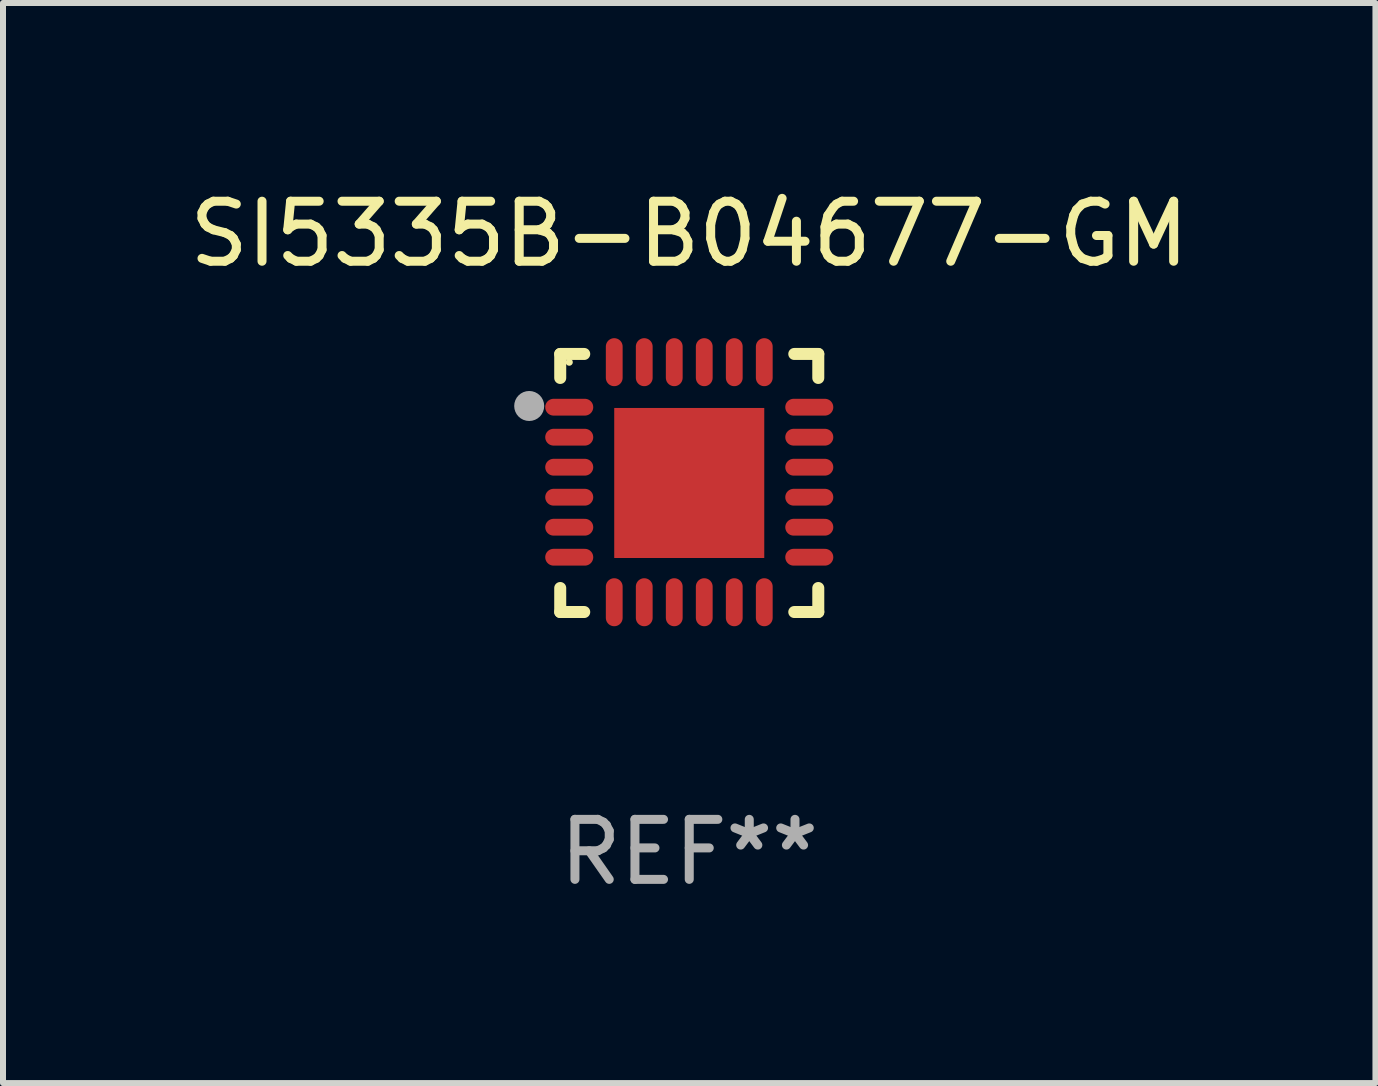
<source format=kicad_pcb>
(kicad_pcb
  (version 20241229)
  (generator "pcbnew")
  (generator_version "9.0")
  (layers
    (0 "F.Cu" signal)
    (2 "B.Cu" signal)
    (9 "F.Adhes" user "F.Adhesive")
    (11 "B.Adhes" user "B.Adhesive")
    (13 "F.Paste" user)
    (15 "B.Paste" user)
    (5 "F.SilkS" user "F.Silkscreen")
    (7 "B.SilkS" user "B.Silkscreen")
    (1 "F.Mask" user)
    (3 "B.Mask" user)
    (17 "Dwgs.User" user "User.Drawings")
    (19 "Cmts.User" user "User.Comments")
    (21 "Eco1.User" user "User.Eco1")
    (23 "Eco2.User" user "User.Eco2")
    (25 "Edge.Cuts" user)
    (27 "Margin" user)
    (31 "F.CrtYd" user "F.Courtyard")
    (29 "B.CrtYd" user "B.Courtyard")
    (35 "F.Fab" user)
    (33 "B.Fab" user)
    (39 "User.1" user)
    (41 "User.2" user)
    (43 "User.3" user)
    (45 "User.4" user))
  (footprint "SI5335B-B04677-GM"
    (layer "F.Cu")
    (at 8.435 4.998)
    (property "Reference" "SI5335B-B04677-GM" (at 0 -4.15 0) (layer "F.SilkS") (effects (font (size 1 1) (thickness 0.15))))
    (attr through_hole)
    (fp_line (start -2.15 -2.15) (end -1.75 -2.15) (stroke (width 0.2) (type solid)) (layer "F.SilkS"))
    (fp_line (start -2.15 -1.75) (end -2.15 -2.15) (stroke (width 0.2) (type solid)) (layer "F.SilkS"))
    (fp_line (start -2.15 2.15) (end -2.15 1.75) (stroke (width 0.2) (type solid)) (layer "F.SilkS"))
    (fp_line (start -1.75 2.15) (end -2.15 2.15) (stroke (width 0.2) (type solid)) (layer "F.SilkS"))
    (fp_line (start 1.75 -2.15) (end 2.15 -2.15) (stroke (width 0.2) (type solid)) (layer "F.SilkS"))
    (fp_line (start 1.75 2.15) (end 2.15 2.15) (stroke (width 0.2) (type solid)) (layer "F.SilkS"))
    (fp_line (start 2.15 -2.15) (end 2.15 -1.75) (stroke (width 0.2) (type solid)) (layer "F.SilkS"))
    (fp_line (start 2.15 2.15) (end 2.15 1.75) (stroke (width 0.2) (type solid)) (layer "F.SilkS"))
    (fp_circle (center -2 -2.013) (end -1.97 -2.013) (stroke (width 0.06) (type solid)) (fill no) (layer "F.SilkS"))
    (fp_circle (center -2.667 -1.283) (end -2.542 -1.283) (stroke (width 0.25) (type solid)) (fill no) (layer "F.Fab"))
    (fp_text user "REF**" (at 0 6.15 0) (layer "F.Fab") (effects (font (size 1 1) (thickness 0.15))))
    (pad "1" smd oval (at -2 -1.263) (size 0.8 0.28) (layers "F.Cu" "F.Mask" "F.Paste"))
    (pad "2" smd oval (at -2 -0.763) (size 0.8 0.28) (layers "F.Cu" "F.Mask" "F.Paste"))
    (pad "3" smd oval (at -2 -0.263) (size 0.8 0.28) (layers "F.Cu" "F.Mask" "F.Paste"))
    (pad "4" smd oval (at -2 0.237) (size 0.8 0.28) (layers "F.Cu" "F.Mask" "F.Paste"))
    (pad "5" smd oval (at -2 0.737) (size 0.8 0.28) (layers "F.Cu" "F.Mask" "F.Paste"))
    (pad "6" smd oval (at -2 1.237) (size 0.8 0.28) (layers "F.Cu" "F.Mask" "F.Paste"))
    (pad "7" smd oval (at -1.25 1.987) (size 0.28 0.8) (layers "F.Cu" "F.Mask" "F.Paste"))
    (pad "8" smd oval (at -0.75 1.987) (size 0.28 0.8) (layers "F.Cu" "F.Mask" "F.Paste"))
    (pad "9" smd oval (at -0.25 1.987) (size 0.28 0.8) (layers "F.Cu" "F.Mask" "F.Paste"))
    (pad "10" smd oval (at 0.25 1.987) (size 0.28 0.8) (layers "F.Cu" "F.Mask" "F.Paste"))
    (pad "11" smd oval (at 0.75 1.987) (size 0.28 0.8) (layers "F.Cu" "F.Mask" "F.Paste"))
    (pad "12" smd oval (at 1.25 1.987) (size 0.28 0.8) (layers "F.Cu" "F.Mask" "F.Paste"))
    (pad "13" smd oval (at 2 1.237) (size 0.8 0.28) (layers "F.Cu" "F.Mask" "F.Paste"))
    (pad "14" smd oval (at 2 0.737) (size 0.8 0.28) (layers "F.Cu" "F.Mask" "F.Paste"))
    (pad "15" smd oval (at 2 0.237) (size 0.8 0.28) (layers "F.Cu" "F.Mask" "F.Paste"))
    (pad "16" smd oval (at 2 -0.263) (size 0.8 0.28) (layers "F.Cu" "F.Mask" "F.Paste"))
    (pad "17" smd oval (at 2 -0.763) (size 0.8 0.28) (layers "F.Cu" "F.Mask" "F.Paste"))
    (pad "18" smd oval (at 2 -1.263) (size 0.8 0.28) (layers "F.Cu" "F.Mask" "F.Paste"))
    (pad "19" smd oval (at 1.25 -2.013) (size 0.28 0.8) (layers "F.Cu" "F.Mask" "F.Paste"))
    (pad "20" smd oval (at 0.75 -2.013) (size 0.28 0.8) (layers "F.Cu" "F.Mask" "F.Paste"))
    (pad "21" smd oval (at 0.25 -2.013) (size 0.28 0.8) (layers "F.Cu" "F.Mask" "F.Paste"))
    (pad "22" smd oval (at -0.25 -2.013) (size 0.28 0.8) (layers "F.Cu" "F.Mask" "F.Paste"))
    (pad "23" smd oval (at -0.75 -2.013) (size 0.28 0.8) (layers "F.Cu" "F.Mask" "F.Paste"))
    (pad "24" smd oval (at -1.25 -2.013) (size 0.28 0.8) (layers "F.Cu" "F.Mask" "F.Paste"))
    (pad "25" smd rect (at -0.000127 -0.00014) (size 2.5 2.5) (layers "F.Cu" "F.Mask" "F.Paste")))
  (gr_rect
    (start -3 -3)
    (end 19.869 14.997)
    (stroke (width 0.1) (type default))
    (fill no)
    (layer "Edge.Cuts")))
</source>
